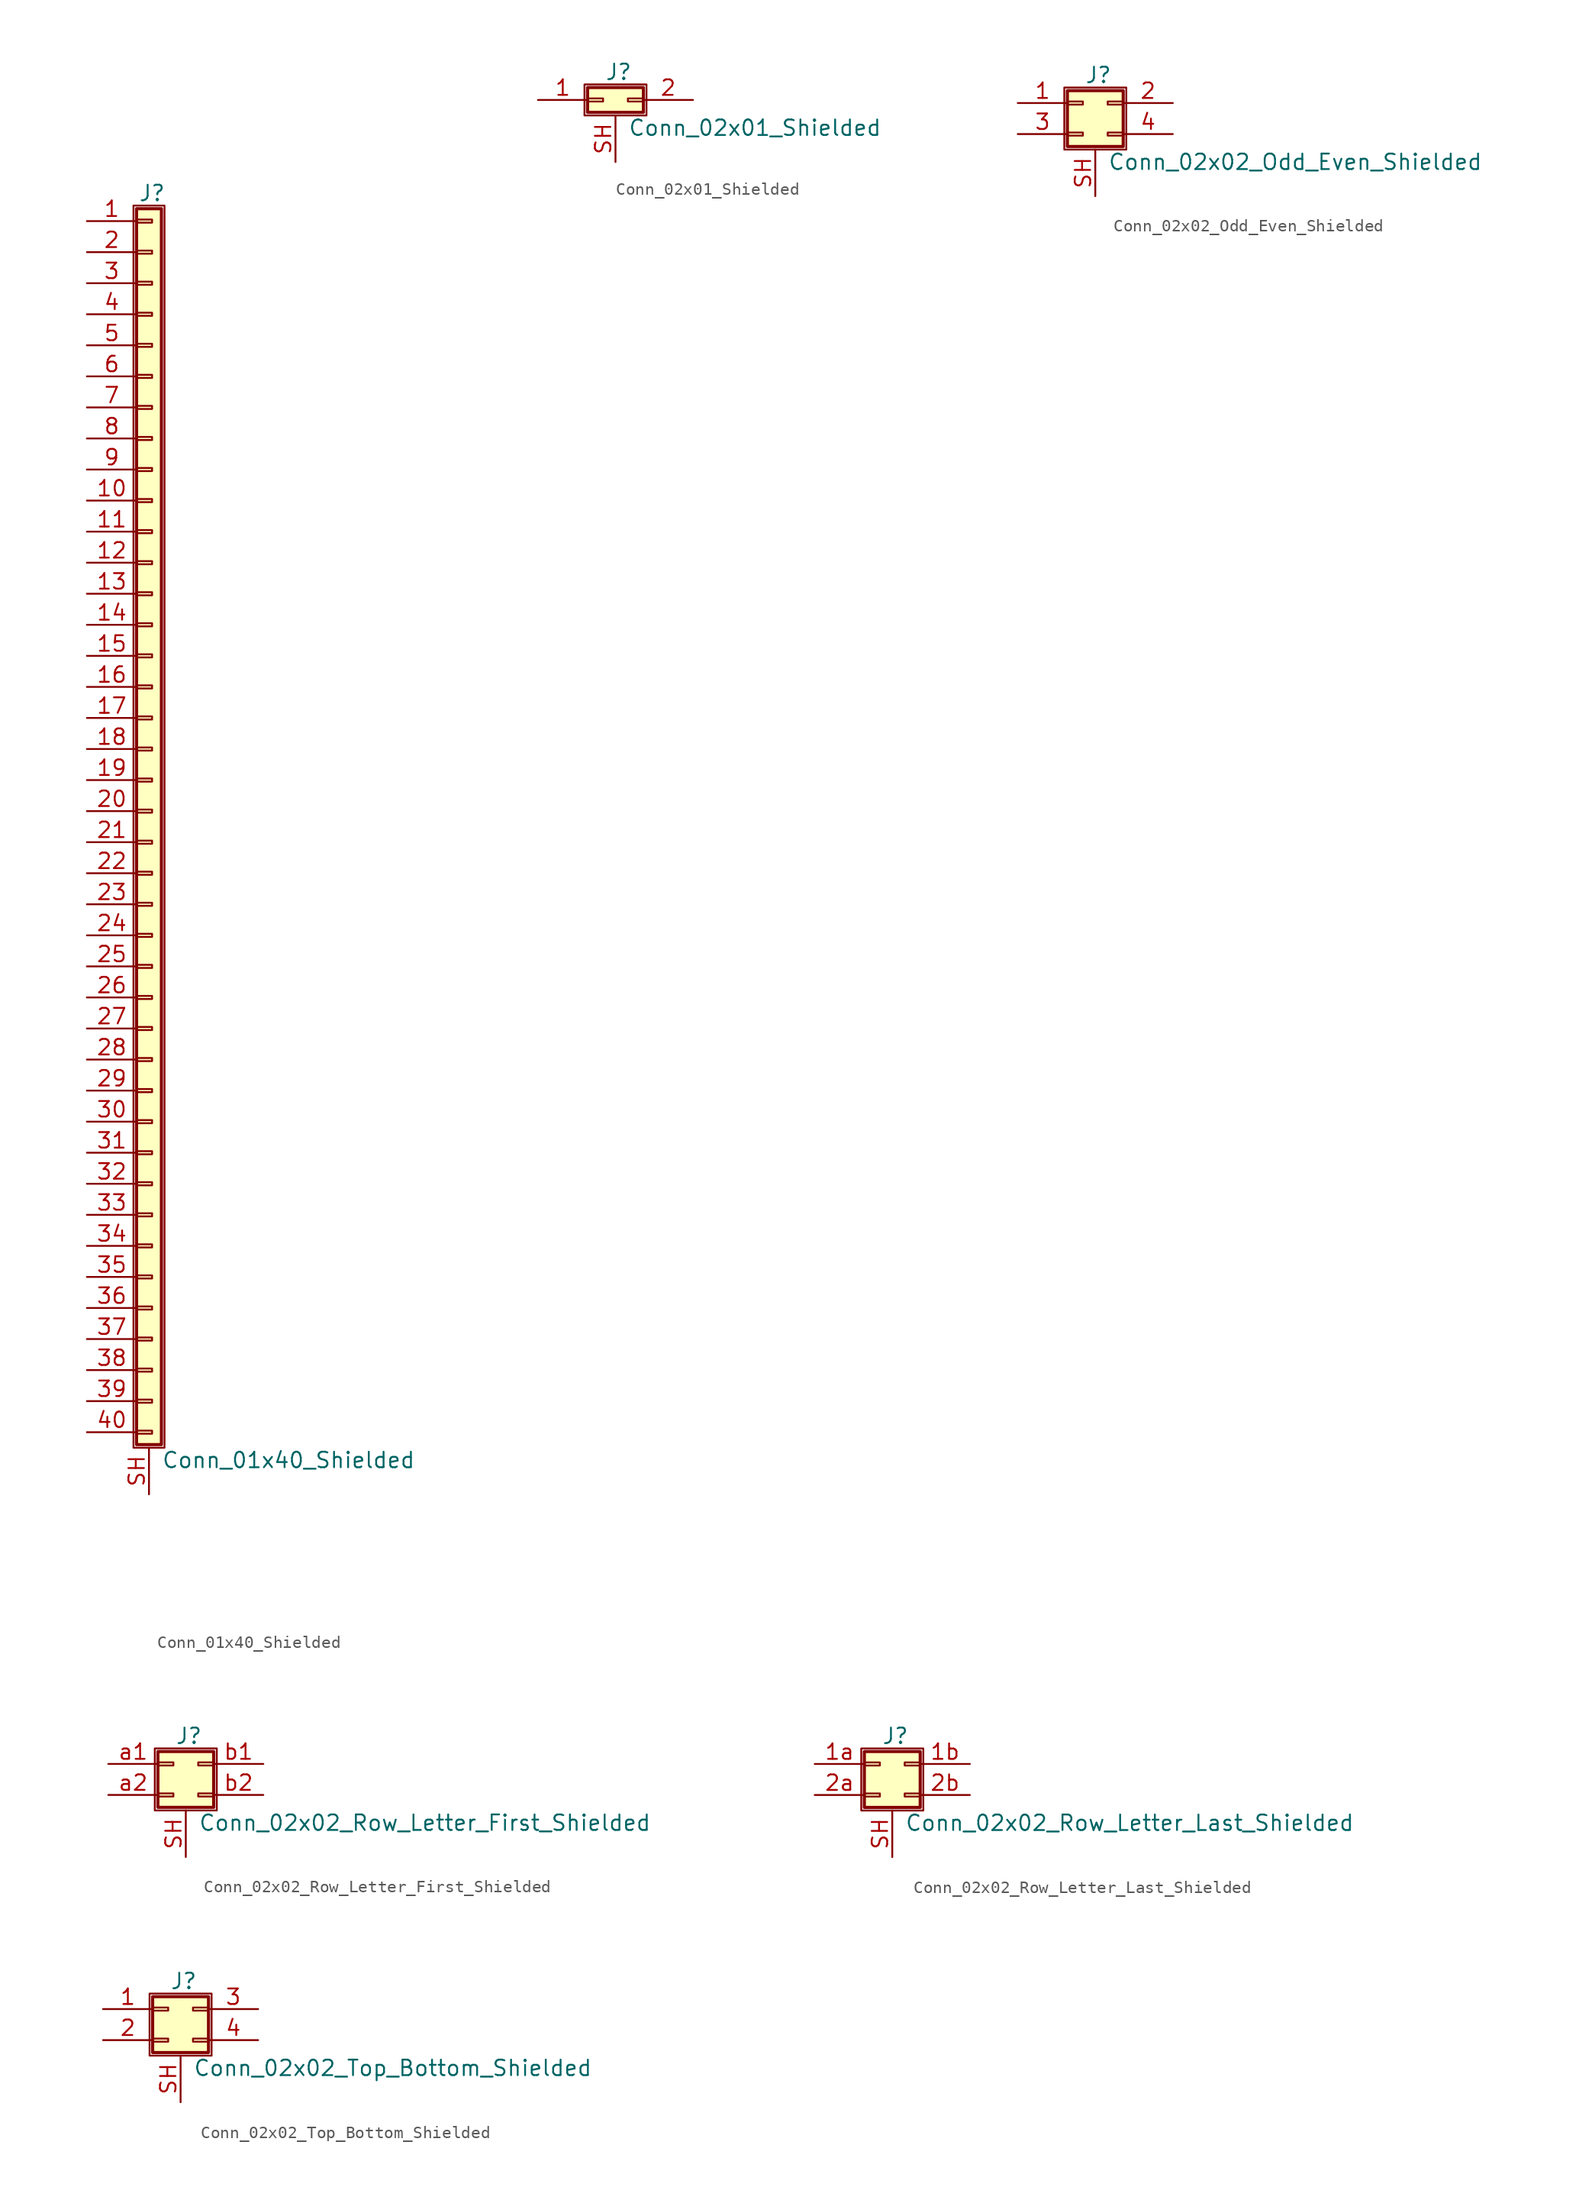
<source format=kicad_sym>
(kicad_symbol_lib
  (version 20201005)
  (generator kicad_symbol_editor)
  (symbol "Conn_01x40_Shielded"
    (pin_names
      (offset 1.016) hide)
    (property "Reference" "J"
      (at 0.254 50.546 0)
      (effects (font (size 1.27 1.27))))
    (property "Value" "Conn_01x40_Shielded"
      (at 1.016 -53.086 0)
      (effects (font (size 1.27 1.27)) (justify left)))
    (symbol "Conn_01x40_Shielded_1_1"
      (rectangle (start -1.27 49.53) (end 1.27 -52.07) (stroke (width 0.152)) (fill (type none)))
      (rectangle (start -1.016 -50.673) (end 0.254 -50.927) (stroke (width 0.152)) (fill (type none)))
      (rectangle (start -1.016 -48.133) (end 0.254 -48.387) (stroke (width 0.152)) (fill (type none)))
      (rectangle (start -1.016 -45.593) (end 0.254 -45.847) (stroke (width 0.152)) (fill (type none)))
      (rectangle (start -1.016 -43.053) (end 0.254 -43.307) (stroke (width 0.152)) (fill (type none)))
      (rectangle (start -1.016 -40.513) (end 0.254 -40.767) (stroke (width 0.152)) (fill (type none)))
      (rectangle (start -1.016 -37.973) (end 0.254 -38.227) (stroke (width 0.152)) (fill (type none)))
      (rectangle (start -1.016 -35.433) (end 0.254 -35.687) (stroke (width 0.152)) (fill (type none)))
      (rectangle (start -1.016 -32.893) (end 0.254 -33.147) (stroke (width 0.152)) (fill (type none)))
      (rectangle (start -1.016 -30.353) (end 0.254 -30.607) (stroke (width 0.152)) (fill (type none)))
      (rectangle (start -1.016 -27.813) (end 0.254 -28.067) (stroke (width 0.152)) (fill (type none)))
      (rectangle (start -1.016 -25.273) (end 0.254 -25.527) (stroke (width 0.152)) (fill (type none)))
      (rectangle (start -1.016 -22.733) (end 0.254 -22.987) (stroke (width 0.152)) (fill (type none)))
      (rectangle (start -1.016 -20.193) (end 0.254 -20.447) (stroke (width 0.152)) (fill (type none)))
      (rectangle (start -1.016 -17.653) (end 0.254 -17.907) (stroke (width 0.152)) (fill (type none)))
      (rectangle (start -1.016 -15.113) (end 0.254 -15.367) (stroke (width 0.152)) (fill (type none)))
      (rectangle (start -1.016 -12.573) (end 0.254 -12.827) (stroke (width 0.152)) (fill (type none)))
      (rectangle (start -1.016 -10.033) (end 0.254 -10.287) (stroke (width 0.152)) (fill (type none)))
      (rectangle (start -1.016 -7.493) (end 0.254 -7.747) (stroke (width 0.152)) (fill (type none)))
      (rectangle (start -1.016 -4.953) (end 0.254 -5.207) (stroke (width 0.152)) (fill (type none)))
      (rectangle (start -1.016 -2.413) (end 0.254 -2.667) (stroke (width 0.152)) (fill (type none)))
      (rectangle (start -1.016 0.127) (end 0.254 -0.127) (stroke (width 0.152)) (fill (type none)))
      (rectangle (start -1.016 2.667) (end 0.254 2.413) (stroke (width 0.152)) (fill (type none)))
      (rectangle (start -1.016 5.207) (end 0.254 4.953) (stroke (width 0.152)) (fill (type none)))
      (rectangle (start -1.016 7.747) (end 0.254 7.493) (stroke (width 0.152)) (fill (type none)))
      (rectangle (start -1.016 10.287) (end 0.254 10.033) (stroke (width 0.152)) (fill (type none)))
      (rectangle (start -1.016 12.827) (end 0.254 12.573) (stroke (width 0.152)) (fill (type none)))
      (rectangle (start -1.016 15.367) (end 0.254 15.113) (stroke (width 0.152)) (fill (type none)))
      (rectangle (start -1.016 17.907) (end 0.254 17.653) (stroke (width 0.152)) (fill (type none)))
      (rectangle (start -1.016 20.447) (end 0.254 20.193) (stroke (width 0.152)) (fill (type none)))
      (rectangle (start -1.016 22.987) (end 0.254 22.733) (stroke (width 0.152)) (fill (type none)))
      (rectangle (start -1.016 25.527) (end 0.254 25.273) (stroke (width 0.152)) (fill (type none)))
      (rectangle (start -1.016 28.067) (end 0.254 27.813) (stroke (width 0.152)) (fill (type none)))
      (rectangle (start -1.016 30.607) (end 0.254 30.353) (stroke (width 0.152)) (fill (type none)))
      (rectangle (start -1.016 33.147) (end 0.254 32.893) (stroke (width 0.152)) (fill (type none)))
      (rectangle (start -1.016 35.687) (end 0.254 35.433) (stroke (width 0.152)) (fill (type none)))
      (rectangle (start -1.016 38.227) (end 0.254 37.973) (stroke (width 0.152)) (fill (type none)))
      (rectangle (start -1.016 40.767) (end 0.254 40.513) (stroke (width 0.152)) (fill (type none)))
      (rectangle (start -1.016 43.307) (end 0.254 43.053) (stroke (width 0.152)) (fill (type none)))
      (rectangle (start -1.016 45.847) (end 0.254 45.593) (stroke (width 0.152)) (fill (type none)))
      (rectangle (start -1.016 48.387) (end 0.254 48.133) (stroke (width 0.152)) (fill (type none)))
      (rectangle (start -1.016 49.276) (end 1.016 -51.816) (stroke (width 0.254)) (fill (type background)))
      (pin passive line (at -5.08 48.26 0) (length 4.064) (name "Pin_1" (effects (font (size 1.27 1.27)))) (number "1" (effects (font (size 1.27 1.27)))))
      (pin passive line (at -5.08 25.4 0) (length 4.064) (name "Pin_10" (effects (font (size 1.27 1.27)))) (number "10" (effects (font (size 1.27 1.27)))))
      (pin passive line (at -5.08 22.86 0) (length 4.064) (name "Pin_11" (effects (font (size 1.27 1.27)))) (number "11" (effects (font (size 1.27 1.27)))))
      (pin passive line (at -5.08 20.32 0) (length 4.064) (name "Pin_12" (effects (font (size 1.27 1.27)))) (number "12" (effects (font (size 1.27 1.27)))))
      (pin passive line (at -5.08 17.78 0) (length 4.064) (name "Pin_13" (effects (font (size 1.27 1.27)))) (number "13" (effects (font (size 1.27 1.27)))))
      (pin passive line (at -5.08 15.24 0) (length 4.064) (name "Pin_14" (effects (font (size 1.27 1.27)))) (number "14" (effects (font (size 1.27 1.27)))))
      (pin passive line (at -5.08 12.7 0) (length 4.064) (name "Pin_15" (effects (font (size 1.27 1.27)))) (number "15" (effects (font (size 1.27 1.27)))))
      (pin passive line (at -5.08 10.16 0) (length 4.064) (name "Pin_16" (effects (font (size 1.27 1.27)))) (number "16" (effects (font (size 1.27 1.27)))))
      (pin passive line (at -5.08 7.62 0) (length 4.064) (name "Pin_17" (effects (font (size 1.27 1.27)))) (number "17" (effects (font (size 1.27 1.27)))))
      (pin passive line (at -5.08 5.08 0) (length 4.064) (name "Pin_18" (effects (font (size 1.27 1.27)))) (number "18" (effects (font (size 1.27 1.27)))))
      (pin passive line (at -5.08 2.54 0) (length 4.064) (name "Pin_19" (effects (font (size 1.27 1.27)))) (number "19" (effects (font (size 1.27 1.27)))))
      (pin passive line (at -5.08 45.72 0) (length 4.064) (name "Pin_2" (effects (font (size 1.27 1.27)))) (number "2" (effects (font (size 1.27 1.27)))))
      (pin passive line (at -5.08 0 0) (length 4.064) (name "Pin_20" (effects (font (size 1.27 1.27)))) (number "20" (effects (font (size 1.27 1.27)))))
      (pin passive line (at -5.08 -2.54 0) (length 4.064) (name "Pin_21" (effects (font (size 1.27 1.27)))) (number "21" (effects (font (size 1.27 1.27)))))
      (pin passive line (at -5.08 -5.08 0) (length 4.064) (name "Pin_22" (effects (font (size 1.27 1.27)))) (number "22" (effects (font (size 1.27 1.27)))))
      (pin passive line (at -5.08 -7.62 0) (length 4.064) (name "Pin_23" (effects (font (size 1.27 1.27)))) (number "23" (effects (font (size 1.27 1.27)))))
      (pin passive line (at -5.08 -10.16 0) (length 4.064) (name "Pin_24" (effects (font (size 1.27 1.27)))) (number "24" (effects (font (size 1.27 1.27)))))
      (pin passive line (at -5.08 -12.7 0) (length 4.064) (name "Pin_25" (effects (font (size 1.27 1.27)))) (number "25" (effects (font (size 1.27 1.27)))))
      (pin passive line (at -5.08 -15.24 0) (length 4.064) (name "Pin_26" (effects (font (size 1.27 1.27)))) (number "26" (effects (font (size 1.27 1.27)))))
      (pin passive line (at -5.08 -17.78 0) (length 4.064) (name "Pin_27" (effects (font (size 1.27 1.27)))) (number "27" (effects (font (size 1.27 1.27)))))
      (pin passive line (at -5.08 -20.32 0) (length 4.064) (name "Pin_28" (effects (font (size 1.27 1.27)))) (number "28" (effects (font (size 1.27 1.27)))))
      (pin passive line (at -5.08 -22.86 0) (length 4.064) (name "Pin_29" (effects (font (size 1.27 1.27)))) (number "29" (effects (font (size 1.27 1.27)))))
      (pin passive line (at -5.08 43.18 0) (length 4.064) (name "Pin_3" (effects (font (size 1.27 1.27)))) (number "3" (effects (font (size 1.27 1.27)))))
      (pin passive line (at -5.08 -25.4 0) (length 4.064) (name "Pin_30" (effects (font (size 1.27 1.27)))) (number "30" (effects (font (size 1.27 1.27)))))
      (pin passive line (at -5.08 -27.94 0) (length 4.064) (name "Pin_31" (effects (font (size 1.27 1.27)))) (number "31" (effects (font (size 1.27 1.27)))))
      (pin passive line (at -5.08 -30.48 0) (length 4.064) (name "Pin_32" (effects (font (size 1.27 1.27)))) (number "32" (effects (font (size 1.27 1.27)))))
      (pin passive line (at -5.08 -33.02 0) (length 4.064) (name "Pin_33" (effects (font (size 1.27 1.27)))) (number "33" (effects (font (size 1.27 1.27)))))
      (pin passive line (at -5.08 -35.56 0) (length 4.064) (name "Pin_34" (effects (font (size 1.27 1.27)))) (number "34" (effects (font (size 1.27 1.27)))))
      (pin passive line (at -5.08 -38.1 0) (length 4.064) (name "Pin_35" (effects (font (size 1.27 1.27)))) (number "35" (effects (font (size 1.27 1.27)))))
      (pin passive line (at -5.08 -40.64 0) (length 4.064) (name "Pin_36" (effects (font (size 1.27 1.27)))) (number "36" (effects (font (size 1.27 1.27)))))
      (pin passive line (at -5.08 -43.18 0) (length 4.064) (name "Pin_37" (effects (font (size 1.27 1.27)))) (number "37" (effects (font (size 1.27 1.27)))))
      (pin passive line (at -5.08 -45.72 0) (length 4.064) (name "Pin_38" (effects (font (size 1.27 1.27)))) (number "38" (effects (font (size 1.27 1.27)))))
      (pin passive line (at -5.08 -48.26 0) (length 4.064) (name "Pin_39" (effects (font (size 1.27 1.27)))) (number "39" (effects (font (size 1.27 1.27)))))
      (pin passive line (at -5.08 40.64 0) (length 4.064) (name "Pin_4" (effects (font (size 1.27 1.27)))) (number "4" (effects (font (size 1.27 1.27)))))
      (pin passive line (at -5.08 -50.8 0) (length 4.064) (name "Pin_40" (effects (font (size 1.27 1.27)))) (number "40" (effects (font (size 1.27 1.27)))))
      (pin passive line (at -5.08 38.1 0) (length 4.064) (name "Pin_5" (effects (font (size 1.27 1.27)))) (number "5" (effects (font (size 1.27 1.27)))))
      (pin passive line (at -5.08 35.56 0) (length 4.064) (name "Pin_6" (effects (font (size 1.27 1.27)))) (number "6" (effects (font (size 1.27 1.27)))))
      (pin passive line (at -5.08 33.02 0) (length 4.064) (name "Pin_7" (effects (font (size 1.27 1.27)))) (number "7" (effects (font (size 1.27 1.27)))))
      (pin passive line (at -5.08 30.48 0) (length 4.064) (name "Pin_8" (effects (font (size 1.27 1.27)))) (number "8" (effects (font (size 1.27 1.27)))))
      (pin passive line (at -5.08 27.94 0) (length 4.064) (name "Pin_9" (effects (font (size 1.27 1.27)))) (number "9" (effects (font (size 1.27 1.27)))))
      (pin passive line (at 0 -55.88 90) (length 3.81) (name "Shield" (effects (font (size 1.27 1.27)))) (number "SH" (effects (font (size 1.27 1.27)))))))
  (symbol "Conn_02x01_Shielded"
    (pin_names
      (offset 1.016) hide)
    (property "Reference" "J"
      (at 1.524 2.286 0)
      (effects (font (size 1.27 1.27))))
    (property "Value" "Conn_02x01_Shielded"
      (at 2.286 -2.286 0)
      (effects (font (size 1.27 1.27)) (justify left)))
    (symbol "Conn_02x01_Shielded_1_1"
      (rectangle (start -1.27 1.27) (end 3.81 -1.27) (stroke (width 0.152)) (fill (type none)))
      (rectangle (start -1.016 0.127) (end 0.254 -0.127) (stroke (width 0.152)) (fill (type none)))
      (rectangle (start -1.016 1.016) (end 3.556 -1.016) (stroke (width 0.254)) (fill (type background)))
      (rectangle (start 3.556 0.127) (end 2.286 -0.127) (stroke (width 0.152)) (fill (type none)))
      (pin passive line (at -5.08 0 0) (length 4.064) (name "Pin_1" (effects (font (size 1.27 1.27)))) (number "1" (effects (font (size 1.27 1.27)))))
      (pin passive line (at 7.62 0 180) (length 4.064) (name "Pin_2" (effects (font (size 1.27 1.27)))) (number "2" (effects (font (size 1.27 1.27)))))
      (pin passive line (at 1.27 -5.08 90) (length 3.81) (name "Shield" (effects (font (size 1.27 1.27)))) (number "SH" (effects (font (size 1.27 1.27)))))))
  (symbol "Conn_02x02_Odd_Even_Shielded"
    (pin_names
      (offset 1.016) hide)
    (property "Reference" "J"
      (at 1.524 2.286 0)
      (effects (font (size 1.27 1.27))))
    (property "Value" "Conn_02x02_Odd_Even_Shielded"
      (at 2.286 -4.826 0)
      (effects (font (size 1.27 1.27)) (justify left)))
    (symbol "Conn_02x02_Odd_Even_Shielded_1_1"
      (rectangle (start -1.27 1.27) (end 3.81 -3.81) (stroke (width 0.152)) (fill (type none)))
      (rectangle (start -1.016 -2.413) (end 0.254 -2.667) (stroke (width 0.152)) (fill (type none)))
      (rectangle (start -1.016 0.127) (end 0.254 -0.127) (stroke (width 0.152)) (fill (type none)))
      (rectangle (start -1.016 1.016) (end 3.556 -3.556) (stroke (width 0.254)) (fill (type background)))
      (rectangle (start 3.556 -2.413) (end 2.286 -2.667) (stroke (width 0.152)) (fill (type none)))
      (rectangle (start 3.556 0.127) (end 2.286 -0.127) (stroke (width 0.152)) (fill (type none)))
      (pin passive line (at -5.08 0 0) (length 4.064) (name "Pin_1" (effects (font (size 1.27 1.27)))) (number "1" (effects (font (size 1.27 1.27)))))
      (pin passive line (at 7.62 0 180) (length 4.064) (name "Pin_2" (effects (font (size 1.27 1.27)))) (number "2" (effects (font (size 1.27 1.27)))))
      (pin passive line (at -5.08 -2.54 0) (length 4.064) (name "Pin_3" (effects (font (size 1.27 1.27)))) (number "3" (effects (font (size 1.27 1.27)))))
      (pin passive line (at 7.62 -2.54 180) (length 4.064) (name "Pin_4" (effects (font (size 1.27 1.27)))) (number "4" (effects (font (size 1.27 1.27)))))
      (pin passive line (at 1.27 -7.62 90) (length 3.81) (name "Shield" (effects (font (size 1.27 1.27)))) (number "SH" (effects (font (size 1.27 1.27)))))))
  (symbol "Conn_02x02_Row_Letter_First_Shielded"
    (pin_names
      (offset 1.016) hide)
    (property "Reference" "J"
      (at 1.524 2.286 0)
      (effects (font (size 1.27 1.27))))
    (property "Value" "Conn_02x02_Row_Letter_First_Shielded"
      (at 2.286 -4.826 0)
      (effects (font (size 1.27 1.27)) (justify left)))
    (symbol "Conn_02x02_Row_Letter_First_Shielded_1_1"
      (rectangle (start -1.27 1.27) (end 3.81 -3.81) (stroke (width 0.152)) (fill (type none)))
      (rectangle (start -1.016 -2.413) (end 0.254 -2.667) (stroke (width 0.152)) (fill (type none)))
      (rectangle (start -1.016 0.127) (end 0.254 -0.127) (stroke (width 0.152)) (fill (type none)))
      (rectangle (start -1.016 1.016) (end 3.556 -3.556) (stroke (width 0.254)) (fill (type background)))
      (rectangle (start 3.556 -2.413) (end 2.286 -2.667) (stroke (width 0.152)) (fill (type none)))
      (rectangle (start 3.556 0.127) (end 2.286 -0.127) (stroke (width 0.152)) (fill (type none)))
      (pin passive line (at 1.27 -7.62 90) (length 3.81) (name "Shield" (effects (font (size 1.27 1.27)))) (number "SH" (effects (font (size 1.27 1.27)))))
      (pin passive line (at -5.08 0 0) (length 4.064) (name "Pin_a1" (effects (font (size 1.27 1.27)))) (number "a1" (effects (font (size 1.27 1.27)))))
      (pin passive line (at -5.08 -2.54 0) (length 4.064) (name "Pin_a2" (effects (font (size 1.27 1.27)))) (number "a2" (effects (font (size 1.27 1.27)))))
      (pin passive line (at 7.62 0 180) (length 4.064) (name "Pin_b1" (effects (font (size 1.27 1.27)))) (number "b1" (effects (font (size 1.27 1.27)))))
      (pin passive line (at 7.62 -2.54 180) (length 4.064) (name "Pin_b2" (effects (font (size 1.27 1.27)))) (number "b2" (effects (font (size 1.27 1.27)))))))
  (symbol "Conn_02x02_Row_Letter_Last_Shielded"
    (pin_names
      (offset 1.016) hide)
    (property "Reference" "J"
      (at 1.524 2.286 0)
      (effects (font (size 1.27 1.27))))
    (property "Value" "Conn_02x02_Row_Letter_Last_Shielded"
      (at 2.286 -4.826 0)
      (effects (font (size 1.27 1.27)) (justify left)))
    (symbol "Conn_02x02_Row_Letter_Last_Shielded_1_1"
      (rectangle (start -1.27 1.27) (end 3.81 -3.81) (stroke (width 0.152)) (fill (type none)))
      (rectangle (start -1.016 -2.413) (end 0.254 -2.667) (stroke (width 0.152)) (fill (type none)))
      (rectangle (start -1.016 0.127) (end 0.254 -0.127) (stroke (width 0.152)) (fill (type none)))
      (rectangle (start -1.016 1.016) (end 3.556 -3.556) (stroke (width 0.254)) (fill (type background)))
      (rectangle (start 3.556 -2.413) (end 2.286 -2.667) (stroke (width 0.152)) (fill (type none)))
      (rectangle (start 3.556 0.127) (end 2.286 -0.127) (stroke (width 0.152)) (fill (type none)))
      (pin passive line (at -5.08 0 0) (length 4.064) (name "Pin_1a" (effects (font (size 1.27 1.27)))) (number "1a" (effects (font (size 1.27 1.27)))))
      (pin passive line (at 7.62 0 180) (length 4.064) (name "Pin_1b" (effects (font (size 1.27 1.27)))) (number "1b" (effects (font (size 1.27 1.27)))))
      (pin passive line (at -5.08 -2.54 0) (length 4.064) (name "Pin_2a" (effects (font (size 1.27 1.27)))) (number "2a" (effects (font (size 1.27 1.27)))))
      (pin passive line (at 7.62 -2.54 180) (length 4.064) (name "Pin_2b" (effects (font (size 1.27 1.27)))) (number "2b" (effects (font (size 1.27 1.27)))))
      (pin passive line (at 1.27 -7.62 90) (length 3.81) (name "Shield" (effects (font (size 1.27 1.27)))) (number "SH" (effects (font (size 1.27 1.27)))))))
  (symbol "Conn_02x02_Top_Bottom_Shielded"
    (pin_names
      (offset 1.016) hide)
    (property "Reference" "J"
      (at 1.524 2.286 0)
      (effects (font (size 1.27 1.27))))
    (property "Value" "Conn_02x02_Top_Bottom_Shielded"
      (at 2.286 -4.826 0)
      (effects (font (size 1.27 1.27)) (justify left)))
    (symbol "Conn_02x02_Top_Bottom_Shielded_1_1"
      (rectangle (start -1.27 1.27) (end 3.81 -3.81) (stroke (width 0.152)) (fill (type none)))
      (rectangle (start -1.016 -2.413) (end 0.254 -2.667) (stroke (width 0.152)) (fill (type none)))
      (rectangle (start -1.016 0.127) (end 0.254 -0.127) (stroke (width 0.152)) (fill (type none)))
      (rectangle (start -1.016 1.016) (end 3.556 -3.556) (stroke (width 0.254)) (fill (type background)))
      (rectangle (start 3.556 -2.413) (end 2.286 -2.667) (stroke (width 0.152)) (fill (type none)))
      (rectangle (start 3.556 0.127) (end 2.286 -0.127) (stroke (width 0.152)) (fill (type none)))
      (pin passive line (at -5.08 0 0) (length 4.064) (name "Pin_1" (effects (font (size 1.27 1.27)))) (number "1" (effects (font (size 1.27 1.27)))))
      (pin passive line (at -5.08 -2.54 0) (length 4.064) (name "Pin_2" (effects (font (size 1.27 1.27)))) (number "2" (effects (font (size 1.27 1.27)))))
      (pin passive line (at 7.62 0 180) (length 4.064) (name "Pin_3" (effects (font (size 1.27 1.27)))) (number "3" (effects (font (size 1.27 1.27)))))
      (pin passive line (at 7.62 -2.54 180) (length 4.064) (name "Pin_4" (effects (font (size 1.27 1.27)))) (number "4" (effects (font (size 1.27 1.27)))))
      (pin passive line (at 1.27 -7.62 90) (length 3.81) (name "Shield" (effects (font (size 1.27 1.27)))) (number "SH" (effects (font (size 1.27 1.27))))))))
</source>
